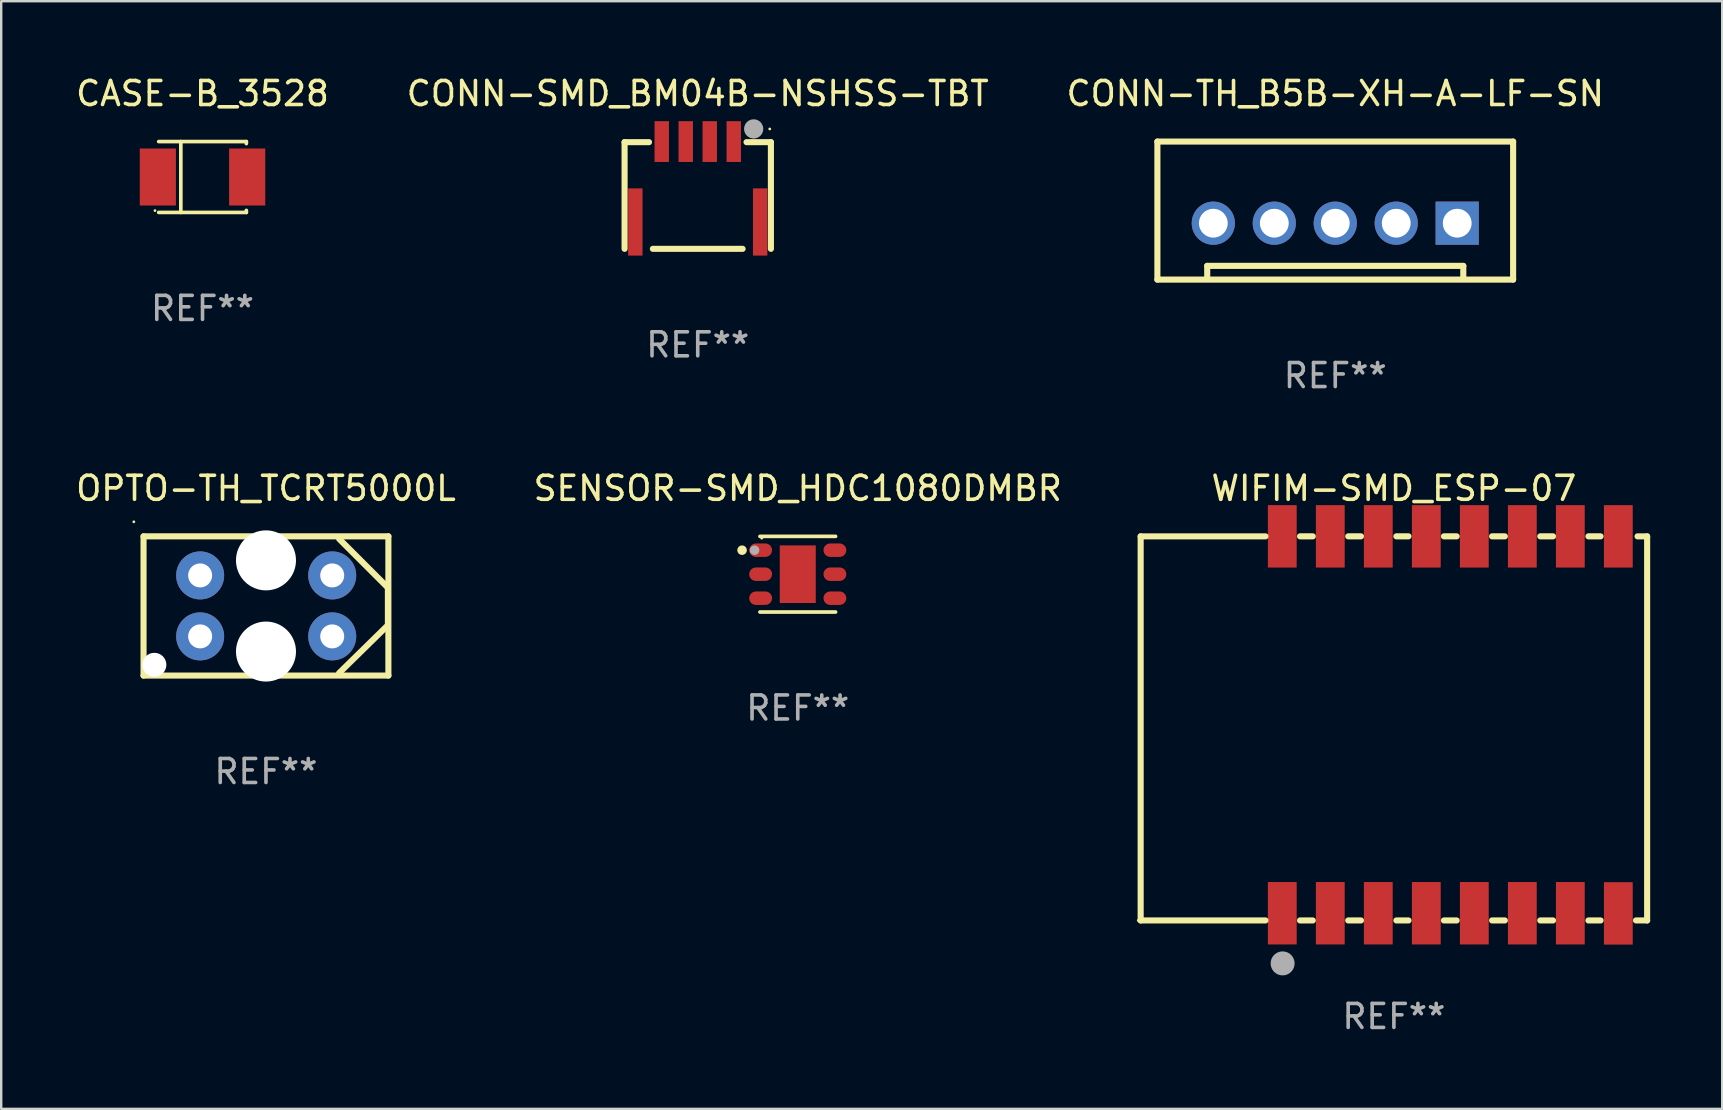
<source format=kicad_pcb>
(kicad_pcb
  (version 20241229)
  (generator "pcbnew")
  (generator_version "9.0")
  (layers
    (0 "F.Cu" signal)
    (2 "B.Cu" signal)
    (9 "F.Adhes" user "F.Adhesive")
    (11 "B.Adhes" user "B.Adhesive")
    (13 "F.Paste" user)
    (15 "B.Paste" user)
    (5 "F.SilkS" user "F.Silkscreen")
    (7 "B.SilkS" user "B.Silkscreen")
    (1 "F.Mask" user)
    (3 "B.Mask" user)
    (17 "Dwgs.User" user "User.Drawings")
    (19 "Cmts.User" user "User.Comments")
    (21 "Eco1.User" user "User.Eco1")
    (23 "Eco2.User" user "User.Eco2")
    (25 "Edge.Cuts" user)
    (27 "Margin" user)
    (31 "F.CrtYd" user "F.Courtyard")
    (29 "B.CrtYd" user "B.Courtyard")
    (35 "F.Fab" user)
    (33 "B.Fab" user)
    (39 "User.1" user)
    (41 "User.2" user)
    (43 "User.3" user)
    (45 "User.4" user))
  (footprint "CONN-SMD_BM04B-NSHSS-TBT"
    (layer "F.Cu")
    (at 26.018 4.523)
    (property "Reference" "CONN-SMD_BM04B-NSHSS-TBT" (at -0.000254 -3.675 0) (layer "F.SilkS") (effects (font (size 1 1) (thickness 0.15))))
    (attr smd)
    (fp_line (start -3.048 -1.651) (end -3.048 2.794) (stroke (width 0.254) (type solid)) (layer "F.SilkS"))
    (fp_line (start -2.031 -1.651) (end -3.048 -1.651) (stroke (width 0.254) (type solid)) (layer "F.SilkS"))
    (fp_line (start -1.869 2.794) (end 1.869 2.794) (stroke (width 0.254) (type solid)) (layer "F.SilkS"))
    (fp_line (start 3.048 -1.651) (end 2.032 -1.651) (stroke (width 0.254) (type solid)) (layer "F.SilkS"))
    (fp_line (start 3.048 2.794) (end 3.048 -1.651) (stroke (width 0.254) (type solid)) (layer "F.SilkS"))
    (fp_circle (center 2.33 -2.13) (end 2.518 -2.13) (stroke (width 0.254) (type solid)) (fill no) (layer "F.SilkS"))
    (fp_circle (center 3 -2.2) (end 3.03 -2.2) (stroke (width 0.06) (type solid)) (fill no) (layer "F.SilkS"))
    (fp_circle (center 2.33 -2.203) (end 2.53 -2.203) (stroke (width 0.4) (type solid)) (fill no) (layer "F.Fab"))
    (fp_text user "REF**" (at -0.000254 6.794 0) (layer "F.Fab") (effects (font (size 1 1) (thickness 0.15))))
    (pad "1" smd rect (at 1.5 -1.675) (size 0.6 1.7) (layers "F.Cu" "F.Mask" "F.Paste"))
    (pad "2" smd rect (at 0.5 -1.675) (size 0.6 1.7) (layers "F.Cu" "F.Mask" "F.Paste"))
    (pad "3" smd rect (at -0.5 -1.675) (size 0.6 1.7) (layers "F.Cu" "F.Mask" "F.Paste"))
    (pad "4" smd rect (at -1.5 -1.675) (size 0.6 1.7) (layers "F.Cu" "F.Mask" "F.Paste"))
    (pad "5" smd rect (at 2.6 1.675) (size 0.6 2.8) (layers "F.Cu" "F.Mask" "F.Paste"))
    (pad "6" smd rect (at -2.6 1.675) (size 0.6 2.8) (layers "F.Cu" "F.Mask" "F.Paste")))
  (footprint "CONN-TH_B5B-XH-A-LF-SN"
    (layer "F.Cu")
    (at 52.577 6.248)
    (property "Reference" "CONN-TH_B5B-XH-A-LF-SN" (at 0.000013 -5.4 0) (layer "F.SilkS") (effects (font (size 1 1) (thickness 0.15))))
    (attr through_hole)
    (fp_line (start -7.41 -3.4) (end -7.41 2.35) (stroke (width 0.254) (type solid)) (layer "F.SilkS"))
    (fp_line (start -7.41 2.35) (end 7.41 2.35) (stroke (width 0.254) (type solid)) (layer "F.SilkS"))
    (fp_line (start -5.334 1.778) (end 5.334 1.778) (stroke (width 0.254) (type solid)) (layer "F.SilkS"))
    (fp_line (start -5.334 2.286) (end -5.334 1.778) (stroke (width 0.254) (type solid)) (layer "F.SilkS"))
    (fp_line (start 5.334 1.778) (end 5.334 2.286) (stroke (width 0.254) (type solid)) (layer "F.SilkS"))
    (fp_line (start 5.334 2.286) (end 5.334 2.286) (stroke (width 0.254) (type solid)) (layer "F.SilkS"))
    (fp_line (start 7.41 2.35) (end 7.41 -3.4) (stroke (width 0.254) (type solid)) (layer "F.SilkS"))
    (fp_line (start 7.41 -3.4) (end -7.41 -3.4) (stroke (width 0.254) (type solid)) (layer "F.SilkS"))
    (fp_circle (center 7.45 -3.4) (end 7.48 -3.4) (stroke (width 0.06) (type solid)) (fill no) (layer "F.SilkS"))
    (fp_text user "REF**" (at 0.000013 6.35 0) (layer "F.Fab") (effects (font (size 1 1) (thickness 0.15))))
    (pad "1" thru_hole rect (at 5.08 0 180) (size 1.8 1.8) (drill 1.2) (layers "*.Cu" "*.Mask"))
    (pad "2" thru_hole circle (at 2.54 0) (size 1.8 1.8) (drill 1.2) (layers "*.Cu" "*.Mask"))
    (pad "3" thru_hole circle (at 0 0) (size 1.8 1.8) (drill 1.2) (layers "*.Cu" "*.Mask"))
    (pad "4" thru_hole circle (at -2.54 0) (size 1.8 1.8) (drill 1.2) (layers "*.Cu" "*.Mask"))
    (pad "5" thru_hole circle (at -5.08 0) (size 1.8 1.8) (drill 1.2) (layers "*.Cu" "*.Mask")))
  (footprint "CASE-B_3528"
    (layer "F.Cu")
    (at 5.387 4.324)
    (property "Reference" "CASE-B_3528" (at 0 -3.476 0) (layer "F.SilkS") (effects (font (size 1 1) (thickness 0.15))))
    (attr smd)
    (fp_line (start -0.904 1.476) (end -0.904 -1.476) (stroke (width 0.152) (type solid)) (layer "F.SilkS"))
    (fp_line (start 1.826 -1.476) (end -1.826 -1.476) (stroke (width 0.152) (type solid)) (layer "F.SilkS"))
    (fp_line (start 1.826 -1.476) (end 1.826 -1.391) (stroke (width 0.152) (type solid)) (layer "F.SilkS"))
    (fp_line (start 1.826 1.476) (end -1.826 1.476) (stroke (width 0.152) (type solid)) (layer "F.SilkS"))
    (fp_line (start 1.826 1.476) (end 1.826 1.391) (stroke (width 0.152) (type solid)) (layer "F.SilkS"))
    (fp_circle (center -1.98 1.4) (end -1.95 1.4) (stroke (width 0.06) (type solid)) (fill no) (layer "F.SilkS"))
    (fp_text user "REF**" (at 0 5.476 0) (layer "F.Fab") (effects (font (size 1 1) (thickness 0.15))))
    (pad "1" smd rect (at -1.861 0 180) (size 1.506 2.376) (layers "F.Cu" "F.Mask" "F.Paste"))
    (pad "2" smd rect (at 1.861 0 180) (size 1.506 2.376) (layers "F.Cu" "F.Mask" "F.Paste")))
  (footprint "OPTO-TH_TCRT5000L"
    (layer "F.Cu")
    (at 8.039 22.192)
    (property "Reference" "OPTO-TH_TCRT5000L" (at -0.009 -4.898 0) (layer "F.SilkS") (effects (font (size 1 1) (thickness 0.15))))
    (attr through_hole)
    (fp_line (start -5.109 -2.898) (end 5.091 -2.898) (stroke (width 0.254) (type solid)) (layer "F.SilkS"))
    (fp_line (start -5.109 2.902) (end -5.109 -2.898) (stroke (width 0.254) (type solid)) (layer "F.SilkS"))
    (fp_line (start -5.109 2.902) (end 5.091 2.902) (stroke (width 0.254) (type solid)) (layer "F.SilkS"))
    (fp_line (start 3.039 -2.792) (end 5.071 -0.76) (stroke (width 0.254) (type solid)) (layer "F.SilkS"))
    (fp_line (start 5.071 -0.76) (end 5.071 0.803) (stroke (width 0.254) (type solid)) (layer "F.SilkS"))
    (fp_line (start 5.071 0.803) (end 3.039 2.796) (stroke (width 0.254) (type solid)) (layer "F.SilkS"))
    (fp_line (start 5.091 -2.898) (end 5.091 2.902) (stroke (width 0.254) (type solid)) (layer "F.SilkS"))
    (fp_circle (center -5.514 -3.503) (end -5.484 -3.503) (stroke (width 0.06) (type solid)) (fill no) (layer "F.SilkS"))
    (fp_text user "REF**" (at -0.009 6.902 0) (layer "F.Fab") (effects (font (size 1 1) (thickness 0.15))))
    (pad "" np_thru_hole circle (at -4.658 2.454) (size 1 1) (drill 1) (layers "*.Cu" "*.Mask"))
    (pad "" np_thru_hole circle (at -0.008 -1.897) (size 2.5 2.5) (drill 2.5) (layers "*.Cu" "*.Mask"))
    (pad "" np_thru_hole circle (at -0.008 1.902) (size 2.5 2.5) (drill 2.5) (layers "*.Cu" "*.Mask"))
    (pad "1" thru_hole circle (at -2.751 -1.27) (size 2 2) (drill 1) (layers "*.Cu" "*.Mask"))
    (pad "2" thru_hole circle (at -2.751 1.27) (size 2 2) (drill 1) (layers "*.Cu" "*.Mask"))
    (pad "3" thru_hole circle (at 2.751 -1.27) (size 2 2) (drill 1) (layers "*.Cu" "*.Mask"))
    (pad "4" thru_hole circle (at 2.751 1.27) (size 2 2) (drill 1) (layers "*.Cu" "*.Mask")))
  (footprint "WIFIM-SMD_ESP-07"
    (layer "F.Cu")
    (at 57.37 27.148)
    (property "Reference" "WIFIM-SMD_ESP-07" (at -2.35 -9.854 0) (layer "F.SilkS") (effects (font (size 1 1) (thickness 0.15))))
    (attr smd)
    (fp_line (start -12.9 -7.853) (end -12.9 8.147) (stroke (width 0.254) (type solid)) (layer "F.SilkS"))
    (fp_line (start -12.9 8.147) (end -7.7 8.147) (stroke (width 0.254) (type solid)) (layer "F.SilkS"))
    (fp_line (start -7.7 -7.853) (end -12.9 -7.853) (stroke (width 0.254) (type solid)) (layer "F.SilkS"))
    (fp_line (start -6.26 -7.854) (end -5.729 -7.854) (stroke (width 0.254) (type solid)) (layer "F.SilkS"))
    (fp_line (start -6.26 8.148) (end -5.729 8.148) (stroke (width 0.254) (type solid)) (layer "F.SilkS"))
    (fp_line (start -4.253 -7.854) (end -3.722 -7.854) (stroke (width 0.254) (type solid)) (layer "F.SilkS"))
    (fp_line (start -4.253 8.148) (end -3.722 8.148) (stroke (width 0.254) (type solid)) (layer "F.SilkS"))
    (fp_line (start -2.247 -7.854) (end -1.741 -7.854) (stroke (width 0.254) (type solid)) (layer "F.SilkS"))
    (fp_line (start -2.247 8.148) (end -1.741 8.148) (stroke (width 0.254) (type solid)) (layer "F.SilkS"))
    (fp_line (start -0.265 -7.854) (end 0.265 -7.854) (stroke (width 0.254) (type solid)) (layer "F.SilkS"))
    (fp_line (start -0.265 8.148) (end 0.265 8.148) (stroke (width 0.254) (type solid)) (layer "F.SilkS"))
    (fp_line (start 1.741 -7.854) (end 2.272 -7.854) (stroke (width 0.254) (type solid)) (layer "F.SilkS"))
    (fp_line (start 1.741 8.148) (end 2.272 8.148) (stroke (width 0.254) (type solid)) (layer "F.SilkS"))
    (fp_line (start 3.748 -7.854) (end 4.279 -7.854) (stroke (width 0.254) (type solid)) (layer "F.SilkS"))
    (fp_line (start 3.748 8.148) (end 4.279 8.148) (stroke (width 0.254) (type solid)) (layer "F.SilkS"))
    (fp_line (start 5.754 -7.854) (end 6.26 -7.854) (stroke (width 0.254) (type solid)) (layer "F.SilkS"))
    (fp_line (start 5.754 8.148) (end 6.26 8.148) (stroke (width 0.254) (type solid)) (layer "F.SilkS"))
    (fp_line (start 7.736 8.147) (end 8.2 8.147) (stroke (width 0.254) (type solid)) (layer "F.SilkS"))
    (fp_line (start 8.2 -7.853) (end 7.8 -7.853) (stroke (width 0.254) (type solid)) (layer "F.SilkS"))
    (fp_line (start 8.2 8.147) (end 8.2 -7.853) (stroke (width 0.254) (type solid)) (layer "F.SilkS"))
    (fp_circle (center -13 8.147) (end -12.97 8.147) (stroke (width 0.06) (type solid)) (fill no) (layer "F.SilkS"))
    (fp_circle (center -6.986 9.937) (end -6.736 9.937) (stroke (width 0.5) (type solid)) (fill no) (layer "F.Fab"))
    (fp_text user "REF**" (at -2.35 12.148 0) (layer "F.Fab") (effects (font (size 1 1) (thickness 0.15))))
    (pad "1" smd rect (at -7 7.848) (size 1.2 2.6) (layers "F.Cu" "F.Mask" "F.Paste"))
    (pad "2" smd rect (at -5 7.848) (size 1.2 2.6) (layers "F.Cu" "F.Mask" "F.Paste"))
    (pad "3" smd rect (at -3 7.848) (size 1.2 2.6) (layers "F.Cu" "F.Mask" "F.Paste"))
    (pad "4" smd rect (at -1 7.848) (size 1.2 2.6) (layers "F.Cu" "F.Mask" "F.Paste"))
    (pad "5" smd rect (at 1 7.848) (size 1.2 2.6) (layers "F.Cu" "F.Mask" "F.Paste"))
    (pad "6" smd rect (at 3 7.848) (size 1.2 2.6) (layers "F.Cu" "F.Mask" "F.Paste"))
    (pad "7" smd rect (at 5 7.848) (size 1.2 2.6) (layers "F.Cu" "F.Mask" "F.Paste"))
    (pad "8" smd rect (at 7 7.854) (size 1.2 2.6) (layers "F.Cu" "F.Mask" "F.Paste"))
    (pad "9" smd rect (at 7 -7.854) (size 1.2 2.6) (layers "F.Cu" "F.Mask" "F.Paste"))
    (pad "10" smd rect (at 5 -7.854) (size 1.2 2.6) (layers "F.Cu" "F.Mask" "F.Paste"))
    (pad "11" smd rect (at 3 -7.854) (size 1.2 2.6) (layers "F.Cu" "F.Mask" "F.Paste"))
    (pad "12" smd rect (at 1 -7.854) (size 1.2 2.6) (layers "F.Cu" "F.Mask" "F.Paste"))
    (pad "13" smd rect (at -1 -7.854) (size 1.2 2.6) (layers "F.Cu" "F.Mask" "F.Paste"))
    (pad "14" smd rect (at -3 -7.854) (size 1.2 2.6) (layers "F.Cu" "F.Mask" "F.Paste"))
    (pad "15" smd rect (at -5 -7.854) (size 1.2 2.6) (layers "F.Cu" "F.Mask" "F.Paste"))
    (pad "16" smd rect (at -7 -7.854) (size 1.2 2.6) (layers "F.Cu" "F.Mask" "F.Paste")))
  (footprint "SENSOR-SMD_HDC1080DMBR"
    (layer "F.Cu")
    (at 30.185 20.871)
    (property "Reference" "SENSOR-SMD_HDC1080DMBR" (at -0.000127 -3.576 0) (layer "F.SilkS") (effects (font (size 1 1) (thickness 0.15))))
    (attr smd)
    (fp_line (start -1.576 -1.576) (end 1.576 -1.576) (stroke (width 0.152) (type solid)) (layer "F.SilkS"))
    (fp_line (start -1.576 1.576) (end 1.576 1.576) (stroke (width 0.152) (type solid)) (layer "F.SilkS"))
    (fp_circle (center -2.32 -1) (end -2.22 -1) (stroke (width 0.2) (type solid)) (fill no) (layer "F.SilkS"))
    (fp_circle (center -1.5 -1.5) (end -1.47 -1.5) (stroke (width 0.06) (type solid)) (fill no) (layer "F.SilkS"))
    (fp_circle (center -1.8 -1) (end -1.7 -1) (stroke (width 0.2) (type solid)) (fill no) (layer "F.Fab"))
    (fp_text user "REF**" (at -0.000127 5.576 0) (layer "F.Fab") (effects (font (size 1 1) (thickness 0.15))))
    (pad "1" smd oval (at -1.547 -1) (size 0.95 0.56) (layers "F.Cu" "F.Mask" "F.Paste"))
    (pad "2" smd oval (at -1.547 0) (size 0.95 0.56) (layers "F.Cu" "F.Mask" "F.Paste"))
    (pad "3" smd oval (at -1.547 1) (size 0.95 0.56) (layers "F.Cu" "F.Mask" "F.Paste"))
    (pad "4" smd oval (at 1.547 1) (size 0.95 0.56) (layers "F.Cu" "F.Mask" "F.Paste"))
    (pad "5" smd oval (at 1.547 0) (size 0.95 0.56) (layers "F.Cu" "F.Mask" "F.Paste"))
    (pad "6" smd oval (at 1.547 -1) (size 0.95 0.56) (layers "F.Cu" "F.Mask" "F.Paste"))
    (pad "7" smd rect (at -0.000127 0) (size 1.5 2.4) (layers "F.Cu" "F.Mask" "F.Paste")))
  (gr_rect
    (start -3 -3)
    (end 68.697 43.145)
    (stroke (width 0.1) (type default))
    (fill no)
    (layer "Edge.Cuts")))
</source>
